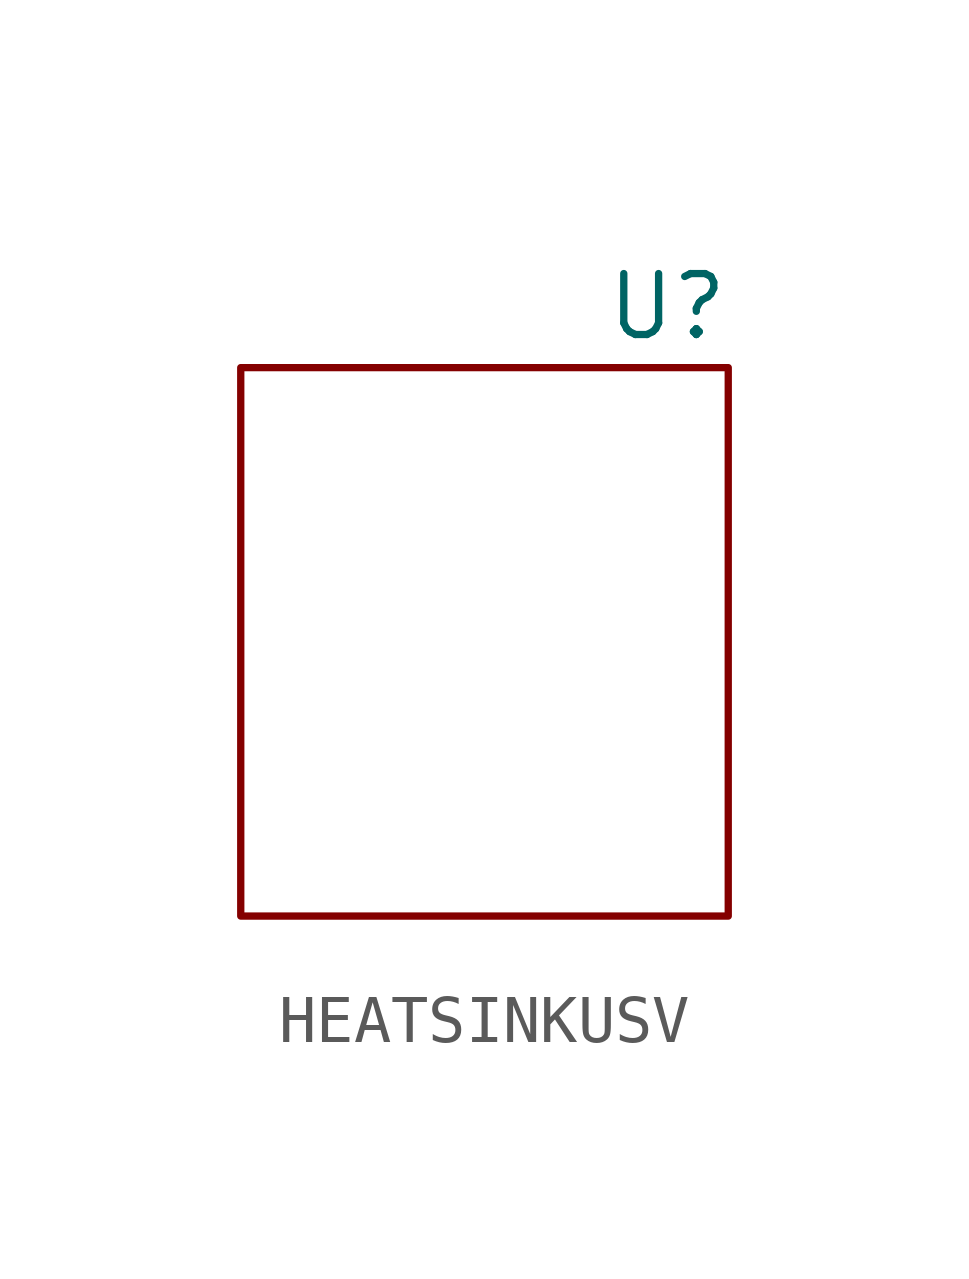
<source format=kicad_sym>
(kicad_symbol_lib
  (version 20241209)
  (generator "kicad_symbol_editor")
  (generator_version "9.0")
  (symbol "HEATSINKUSV"
    (property "Reference" "U"
      (at 0 0 0)
      (effects (font (size 1.27 1.27))))
    (property "Value" ""
      (at 0 0 0)
      (effects (font (size 1.27 1.27))))
    (symbol "HEATSINKUSV_0_1"
      (rectangle (start -8.89 -12.7) (end 1.27 -1.27) (stroke (width 0) (type default)) (fill (type none))))))
</source>
